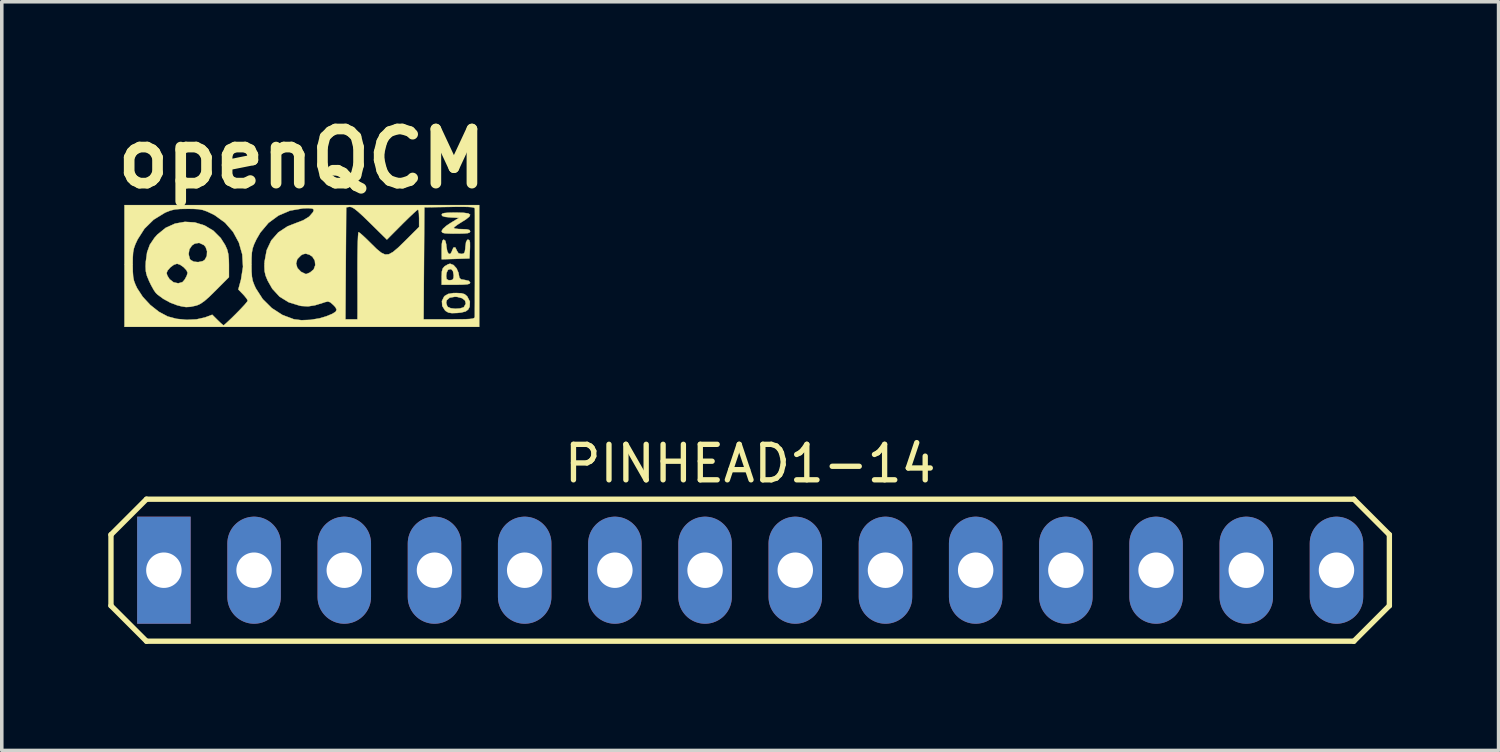
<source format=kicad_pcb>
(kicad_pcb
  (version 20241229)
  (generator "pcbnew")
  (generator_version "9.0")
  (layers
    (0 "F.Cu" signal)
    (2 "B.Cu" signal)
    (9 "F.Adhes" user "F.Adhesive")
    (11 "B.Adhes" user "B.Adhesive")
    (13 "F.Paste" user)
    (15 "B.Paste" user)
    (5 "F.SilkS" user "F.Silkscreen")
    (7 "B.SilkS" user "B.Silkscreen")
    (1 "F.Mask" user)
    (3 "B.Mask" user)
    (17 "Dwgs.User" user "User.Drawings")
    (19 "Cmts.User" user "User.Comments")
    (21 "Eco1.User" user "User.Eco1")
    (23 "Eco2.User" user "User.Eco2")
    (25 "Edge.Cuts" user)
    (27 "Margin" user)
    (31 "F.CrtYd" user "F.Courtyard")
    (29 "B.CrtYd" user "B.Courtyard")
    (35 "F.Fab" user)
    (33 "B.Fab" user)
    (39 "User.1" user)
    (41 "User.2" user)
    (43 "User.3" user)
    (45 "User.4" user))
  (footprint "openQCM"
    (layer "F.Cu")
    (at 5.45 4.418)
    (property "Reference" "openQCM" (at 0 -3 0) (layer "F.SilkS") (effects (font (size 1.524 1.524) (thickness 0.3))))
    (attr through_hole)
    (fp_poly (pts (xy 4.717 -0.703) (xy 4.734 -0.642) (xy 4.735 -0.52) (xy 4.733 -0.455) (xy 4.72 -0.191) (xy 4.329 -0.178) (xy 3.937 -0.166) (xy 3.937 -0.443) (xy 3.942 -0.599) (xy 3.957 -0.686) (xy 3.987 -0.718) (xy 3.998 -0.72) (xy 4.041 -0.687) (xy 4.066 -0.584) (xy 4.072 -0.519) (xy 4.095 -0.391) (xy 4.135 -0.321) (xy 4.182 -0.317) (xy 4.223 -0.386) (xy 4.231 -0.415) (xy 4.271 -0.498) (xy 4.32 -0.501) (xy 4.36 -0.423) (xy 4.362 -0.415) (xy 4.411 -0.336) (xy 4.489 -0.318) (xy 4.553 -0.326) (xy 4.586 -0.367) (xy 4.602 -0.462) (xy 4.606 -0.519) (xy 4.624 -0.652) (xy 4.658 -0.713) (xy 4.682 -0.72) (xy 4.717 -0.703)) (stroke (width 0.01) (type solid)) (fill yes) (layer "F.SilkS"))
    (fp_poly (pts (xy 4.271 -0.005) (xy 4.357 0.09) (xy 4.411 0.214) (xy 4.418 0.254) (xy 4.436 0.353) (xy 4.482 0.398) (xy 4.584 0.415) (xy 4.587 0.415) (xy 4.702 0.441) (xy 4.741 0.489) (xy 4.725 0.519) (xy 4.667 0.537) (xy 4.553 0.547) (xy 4.371 0.55) (xy 4.339 0.55) (xy 3.937 0.55) (xy 3.937 0.32) (xy 3.938 0.305) (xy 4.064 0.305) (xy 4.077 0.392) (xy 4.133 0.422) (xy 4.17 0.423) (xy 4.242 0.412) (xy 4.271 0.36) (xy 4.276 0.28) (xy 4.255 0.166) (xy 4.203 0.109) (xy 4.133 0.121) (xy 4.111 0.139) (xy 4.076 0.214) (xy 4.064 0.305) (xy 3.938 0.305) (xy 3.943 0.176) (xy 3.969 0.089) (xy 4.021 0.031) (xy 4.031 0.024) (xy 4.119 -0.026) (xy 4.175 -0.042) (xy 4.271 -0.005)) (stroke (width 0.01) (type solid)) (fill yes) (layer "F.SilkS"))
    (fp_poly (pts (xy 4.554 -1.476) (xy 4.687 -1.458) (xy 4.74 -1.422) (xy 4.716 -1.367) (xy 4.617 -1.288) (xy 4.508 -1.22) (xy 4.388 -1.144) (xy 4.304 -1.081) (xy 4.276 -1.048) (xy 4.314 -1.031) (xy 4.413 -1.019) (xy 4.508 -1.016) (xy 4.649 -1.01) (xy 4.721 -0.99) (xy 4.741 -0.953) (xy 4.727 -0.922) (xy 4.674 -0.903) (xy 4.569 -0.893) (xy 4.397 -0.889) (xy 4.339 -0.889) (xy 4.151 -0.891) (xy 4.032 -0.898) (xy 3.968 -0.912) (xy 3.942 -0.938) (xy 3.938 -0.963) (xy 3.975 -1.026) (xy 4.073 -1.112) (xy 4.182 -1.185) (xy 4.424 -1.333) (xy 4.18 -1.346) (xy 4.032 -1.361) (xy 3.955 -1.386) (xy 3.937 -1.42) (xy 3.953 -1.45) (xy 4.01 -1.468) (xy 4.122 -1.478) (xy 4.303 -1.482) (xy 4.339 -1.482) (xy 4.554 -1.476)) (stroke (width 0.01) (type solid)) (fill yes) (layer "F.SilkS"))
    (fp_poly (pts (xy 4.493 0.79) (xy 4.584 0.816) (xy 4.65 0.871) (xy 4.66 0.883) (xy 4.732 1.026) (xy 4.724 1.171) (xy 4.684 1.248) (xy 4.614 1.301) (xy 4.489 1.333) (xy 4.377 1.345) (xy 4.225 1.35) (xy 4.129 1.335) (xy 4.057 1.294) (xy 4.032 1.272) (xy 3.954 1.149) (xy 3.948 1.058) (xy 4.064 1.058) (xy 4.092 1.147) (xy 4.115 1.177) (xy 4.195 1.212) (xy 4.32 1.226) (xy 4.45 1.218) (xy 4.547 1.189) (xy 4.564 1.177) (xy 4.617 1.083) (xy 4.596 0.996) (xy 4.512 0.929) (xy 4.373 0.892) (xy 4.308 0.889) (xy 4.163 0.914) (xy 4.08 0.987) (xy 4.064 1.058) (xy 3.948 1.058) (xy 3.944 1.01) (xy 4.005 0.886) (xy 4.026 0.864) (xy 4.121 0.809) (xy 4.263 0.785) (xy 4.347 0.783) (xy 4.493 0.79)) (stroke (width 0.01) (type solid)) (fill yes) (layer "F.SilkS"))
    (fp_poly (pts (xy -3.012 -1.204) (xy -2.741 -1.12) (xy -2.495 -0.974) (xy -2.286 -0.766) (xy -2.159 -0.566) (xy -2.102 -0.438) (xy -2.07 -0.31) (xy -2.056 -0.151) (xy -2.053 -0.012) (xy -2.053 0.337) (xy -2.43 0.715) (xy -2.605 0.887) (xy -2.739 1.005) (xy -2.847 1.081) (xy -2.942 1.126) (xy -2.988 1.14) (xy -3.139 1.172) (xy -3.261 1.179) (xy -3.392 1.158) (xy -3.514 1.127) (xy -3.706 1.054) (xy -3.901 0.947) (xy -4.064 0.827) (xy -4.115 0.777) (xy -4.171 0.696) (xy -4.242 0.568) (xy -4.3 0.449) (xy -4.362 0.3) (xy -4.38 0.225) (xy -3.81 0.225) (xy -3.785 0.298) (xy -3.726 0.392) (xy -3.722 0.396) (xy -3.613 0.481) (xy -3.481 0.51) (xy -3.361 0.476) (xy -3.3 0.406) (xy -3.243 0.303) (xy -3.217 0.214) (xy -3.217 0.213) (xy -3.251 0.139) (xy -3.331 0.054) (xy -3.429 -0.014) (xy -3.514 -0.042) (xy -3.605 -0.012) (xy -3.704 0.062) (xy -3.782 0.152) (xy -3.81 0.225) (xy -4.38 0.225) (xy -4.393 0.173) (xy -4.4 0.03) (xy -4.394 -0.1) (xy -4.365 -0.31) (xy -3.189 -0.31) (xy -3.155 -0.18) (xy -3.135 -0.15) (xy -3.046 -0.1) (xy -2.921 -0.087) (xy -2.798 -0.112) (xy -2.734 -0.151) (xy -2.676 -0.26) (xy -2.669 -0.393) (xy -2.711 -0.515) (xy -2.761 -0.569) (xy -2.892 -0.629) (xy -3.014 -0.609) (xy -3.093 -0.557) (xy -3.167 -0.449) (xy -3.189 -0.31) (xy -4.365 -0.31) (xy -4.358 -0.363) (xy -4.281 -0.576) (xy -4.15 -0.771) (xy -4.07 -0.861) (xy -3.835 -1.052) (xy -3.572 -1.171) (xy -3.293 -1.221) (xy -3.012 -1.204)) (stroke (width 0.01) (type solid)) (fill yes) (layer "F.SilkS"))
    (fp_poly (pts (xy 4.995 1.736) (xy -4.995 1.736) (xy -4.995 -0.022) (xy -4.763 -0.022) (xy -4.76 0.181) (xy -4.75 0.326) (xy -4.727 0.44) (xy -4.686 0.548) (xy -4.638 0.649) (xy -4.48 0.891) (xy -4.269 1.119) (xy -4.028 1.31) (xy -3.782 1.442) (xy -3.78 1.443) (xy -3.529 1.51) (xy -3.247 1.538) (xy -2.968 1.525) (xy -2.726 1.471) (xy -2.711 1.465) (xy -2.523 1.395) (xy -2.373 1.544) (xy -2.284 1.63) (xy -2.22 1.684) (xy -2.203 1.693) (xy -2.166 1.665) (xy -2.083 1.589) (xy -1.966 1.478) (xy -1.853 1.366) (xy -1.72 1.23) (xy -1.612 1.114) (xy -1.543 1.031) (xy -1.524 0.998) (xy -1.551 0.945) (xy -1.62 0.859) (xy -1.656 0.82) (xy -1.789 0.683) (xy -1.714 0.407) (xy -1.657 0.046) (xy -1.661 -0.022) (xy -1.418 -0.022) (xy -1.416 0.182) (xy -1.405 0.329) (xy -1.382 0.445) (xy -1.34 0.557) (xy -1.295 0.654) (xy -1.101 0.955) (xy -0.846 1.208) (xy -0.544 1.403) (xy -0.222 1.523) (xy -0.011 1.549) (xy 0.241 1.539) (xy 0.331 1.524) (xy 1.227 1.524) (xy 1.566 1.524) (xy 3.428 1.524) (xy 4.148 1.524) (xy 4.412 1.523) (xy 4.602 1.521) (xy 4.731 1.514) (xy 4.811 1.504) (xy 4.853 1.487) (xy 4.868 1.464) (xy 4.87 1.45) (xy 4.871 1.379) (xy 4.871 1.238) (xy 4.872 1.04) (xy 4.872 0.795) (xy 4.873 0.515) (xy 4.873 0.213) (xy 4.873 -0.099) (xy 4.873 -0.411) (xy 4.873 -0.71) (xy 4.873 -0.984) (xy 4.873 -1.222) (xy 4.873 -1.412) (xy 4.872 -1.541) (xy 4.872 -1.598) (xy 4.872 -1.599) (xy 4.852 -1.62) (xy 4.788 -1.634) (xy 4.672 -1.642) (xy 4.493 -1.645) (xy 4.242 -1.643) (xy 4.159 -1.641) (xy 3.45 -1.63) (xy 3.439 -0.053) (xy 3.428 1.524) (xy 1.566 1.524) (xy 1.568 1.344) (xy 1.568 1.252) (xy 1.568 1.089) (xy 1.568 0.87) (xy 1.567 0.608) (xy 1.567 0.319) (xy 1.566 0.116) (xy 1.567 -0.171) (xy 1.57 -0.429) (xy 1.575 -0.645) (xy 1.582 -0.808) (xy 1.59 -0.906) (xy 1.598 -0.931) (xy 1.64 -0.903) (xy 1.727 -0.827) (xy 1.846 -0.714) (xy 1.947 -0.614) (xy 2.109 -0.455) (xy 2.237 -0.351) (xy 2.345 -0.301) (xy 2.451 -0.308) (xy 2.568 -0.373) (xy 2.713 -0.495) (xy 2.901 -0.678) (xy 2.91 -0.687) (xy 3.302 -1.078) (xy 3.302 -1.322) (xy 3.297 -1.453) (xy 3.284 -1.542) (xy 3.269 -1.566) (xy 3.229 -1.538) (xy 3.142 -1.46) (xy 3.018 -1.343) (xy 2.87 -1.198) (xy 2.816 -1.144) (xy 2.395 -0.721) (xy 1.92 -1.189) (xy 1.728 -1.376) (xy 1.584 -1.507) (xy 1.479 -1.591) (xy 1.405 -1.634) (xy 1.351 -1.644) (xy 1.347 -1.644) (xy 1.249 -1.63) (xy 1.238 -0.053) (xy 1.227 1.524) (xy 0.331 1.524) (xy 0.5 1.496) (xy 0.687 1.44) (xy 0.857 1.37) (xy 0.953 1.31) (xy 0.979 1.25) (xy 0.943 1.179) (xy 0.888 1.121) (xy 0.802 1.045) (xy 0.735 1.022) (xy 0.647 1.041) (xy 0.603 1.057) (xy 0.369 1.129) (xy 0.176 1.159) (xy -0.007 1.149) (xy -0.054 1.141) (xy -0.368 1.045) (xy -0.627 0.886) (xy -0.833 0.662) (xy -0.963 0.433) (xy -1.021 0.292) (xy -1.049 0.168) (xy -1.055 0.022) (xy -1.052 -0.046) (xy -0.162 -0.046) (xy -0.125 0.079) (xy -0.023 0.186) (xy 0.114 0.251) (xy 0.154 0.238) (xy 0.232 0.204) (xy 0.334 0.118) (xy 0.378 -0.002) (xy 0.365 -0.131) (xy 0.295 -0.242) (xy 0.212 -0.296) (xy 0.108 -0.326) (xy 0.025 -0.306) (xy -0.02 -0.28) (xy -0.128 -0.171) (xy -0.162 -0.046) (xy -1.052 -0.046) (xy -1.049 -0.106) (xy -0.99 -0.423) (xy -0.861 -0.697) (xy -0.663 -0.923) (xy -0.402 -1.095) (xy -0.17 -1.185) (xy 0.039 -1.265) (xy 0.192 -1.358) (xy 0.224 -1.388) (xy 0.313 -1.492) (xy 0.339 -1.559) (xy 0.296 -1.595) (xy 0.178 -1.606) (xy 0.029 -1.6) (xy -0.332 -1.537) (xy -0.657 -1.399) (xy -0.939 -1.192) (xy -1.169 -0.919) (xy -1.281 -0.726) (xy -1.345 -0.589) (xy -1.385 -0.476) (xy -1.407 -0.359) (xy -1.416 -0.21) (xy -1.418 -0.022) (xy -1.661 -0.022) (xy -1.678 -0.305) (xy -1.773 -0.637) (xy -1.936 -0.938) (xy -2.163 -1.198) (xy -2.45 -1.406) (xy -2.531 -1.448) (xy -2.674 -1.515) (xy -2.791 -1.556) (xy -2.913 -1.578) (xy -3.068 -1.586) (xy -3.217 -1.587) (xy -3.422 -1.584) (xy -3.572 -1.571) (xy -3.694 -1.542) (xy -3.819 -1.494) (xy -3.86 -1.475) (xy -4.174 -1.282) (xy -4.433 -1.027) (xy -4.625 -0.726) (xy -4.689 -0.589) (xy -4.729 -0.476) (xy -4.752 -0.359) (xy -4.761 -0.21) (xy -4.763 -0.022) (xy -4.995 -0.022) (xy -4.995 -1.693) (xy 4.995 -1.693) (xy 4.995 1.736)) (stroke (width 0.01) (type solid)) (fill yes) (layer "F.SilkS")))
  (footprint "PINHEAD1-14"
    (layer "F.Cu")
    (at 18.075 13.007)
    (property "Reference" "PINHEAD1-14" (at 0 -3 0) (layer "F.SilkS") (effects (font (size 1 1) (thickness 0.15))))
    (attr exclude_from_pos_files exclude_from_bom)
    (fp_line (start -18 -1) (end -18 1) (stroke (width 0.15) (type solid)) (layer "F.SilkS"))
    (fp_line (start -18 1) (end -17 2) (stroke (width 0.15) (type solid)) (layer "F.SilkS"))
    (fp_line (start -17 -2) (end -18 -1) (stroke (width 0.15) (type solid)) (layer "F.SilkS"))
    (fp_line (start -17 2) (end 17 2) (stroke (width 0.15) (type solid)) (layer "F.SilkS"))
    (fp_line (start 17 -2) (end -17 -2) (stroke (width 0.15) (type solid)) (layer "F.SilkS"))
    (fp_line (start 17 2) (end 18 1) (stroke (width 0.15) (type solid)) (layer "F.SilkS"))
    (fp_line (start 18 -1) (end 17 -2) (stroke (width 0.15) (type solid)) (layer "F.SilkS"))
    (fp_line (start 18 1) (end 18 -1) (stroke (width 0.15) (type solid)) (layer "F.SilkS"))
    (pad "1" thru_hole rect (at -16.51 0) (size 1.506 3.015) (drill 0.998) (layers "*.Cu" "*.Mask"))
    (pad "2" thru_hole oval (at -13.97 0) (size 1.506 3.015) (drill 0.998) (layers "*.Cu" "*.Mask"))
    (pad "3" thru_hole oval (at -11.43 0) (size 1.506 3.015) (drill 0.998) (layers "*.Cu" "*.Mask"))
    (pad "4" thru_hole oval (at -8.89 0) (size 1.506 3.015) (drill 0.998) (layers "*.Cu" "*.Mask"))
    (pad "5" thru_hole oval (at -6.35 0) (size 1.506 3.015) (drill 0.998) (layers "*.Cu" "*.Mask"))
    (pad "6" thru_hole oval (at -3.81 0) (size 1.506 3.015) (drill 0.998) (layers "*.Cu" "*.Mask"))
    (pad "7" thru_hole oval (at -1.27 0) (size 1.506 3.015) (drill 0.998) (layers "*.Cu" "*.Mask"))
    (pad "8" thru_hole oval (at 1.27 0) (size 1.506 3.015) (drill 0.998) (layers "*.Cu" "*.Mask"))
    (pad "9" thru_hole oval (at 3.81 0) (size 1.506 3.015) (drill 0.998) (layers "*.Cu" "*.Mask"))
    (pad "10" thru_hole oval (at 6.35 0) (size 1.506 3.015) (drill 0.998) (layers "*.Cu" "*.Mask"))
    (pad "11" thru_hole oval (at 8.89 0) (size 1.506 3.015) (drill 0.998) (layers "*.Cu" "*.Mask"))
    (pad "12" thru_hole oval (at 11.43 0) (size 1.506 3.015) (drill 0.998) (layers "*.Cu" "*.Mask"))
    (pad "13" thru_hole oval (at 13.97 0) (size 1.506 3.015) (drill 0.998) (layers "*.Cu" "*.Mask"))
    (pad "14" thru_hole oval (at 16.51 0) (size 1.506 3.015) (drill 0.998) (layers "*.Cu" "*.Mask")))
  (gr_rect
    (start -3 -3)
    (end 39.15 18.082)
    (stroke (width 0.1) (type default))
    (fill no)
    (layer "Edge.Cuts")))
</source>
